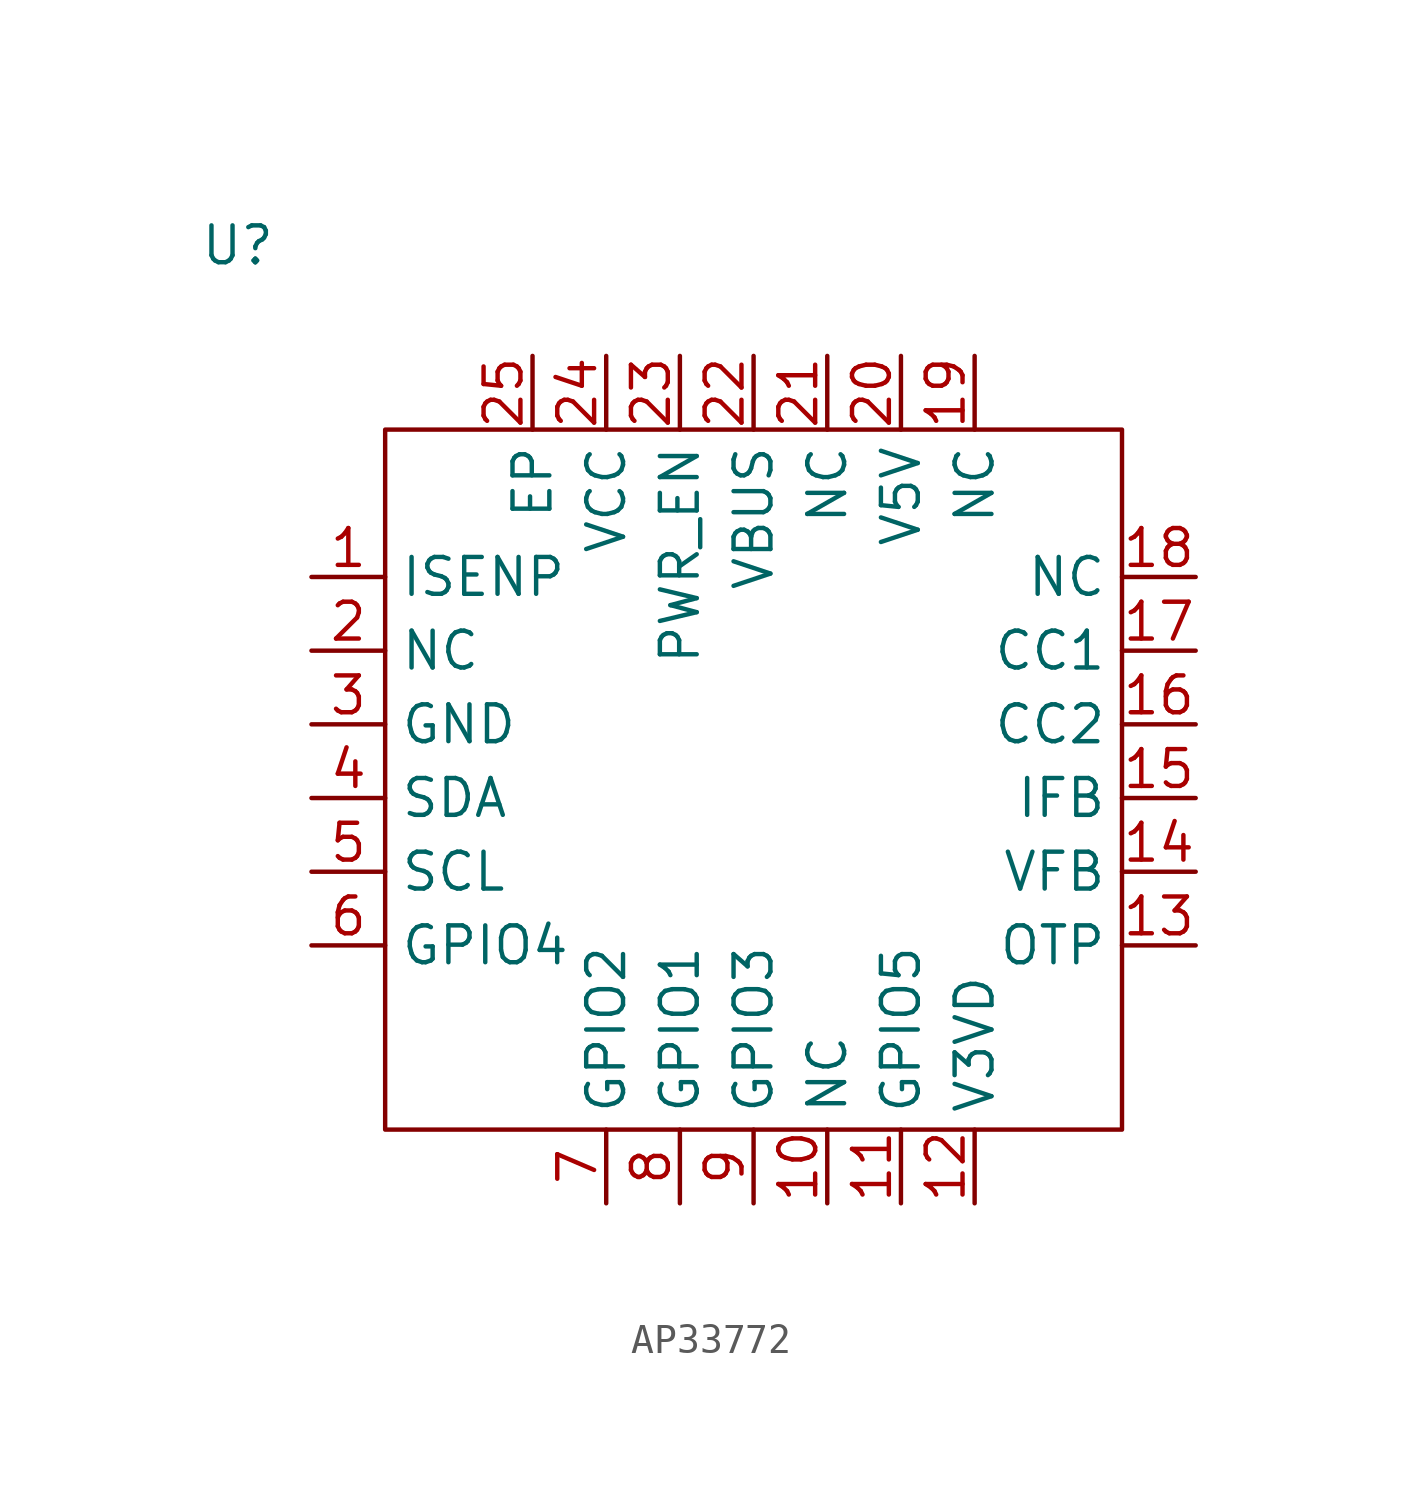
<source format=kicad_sym>
(kicad_symbol_lib
  (version 20220914)
  (generator kicad_symbol_editor)
  (symbol "AP33772"
    (property "Reference" "U"
      (at -5.08 30.48 0)
      (effects (font (size 1.27 1.27))))
    (property "Value" ""
      (at 6.35 1.27 0)
      (effects (font (size 1.27 1.27))))
    (symbol "AP33772_0_1"
      (polyline (pts (xy 0 24.13) (xy 25.4 24.13) (xy 25.4 0) (xy 0 0) (xy 0 24.13)) (stroke (width 0) (type default)) (fill (type none))))
    (symbol "AP33772_1_1"
      (pin input line (at -2.54 19.05 0) (length 2.54) (name "ISENP" (effects (font (size 1.27 1.27)))) (number "1" (effects (font (size 1.27 1.27)))))
      (pin input line (at 15.24 -2.54 90) (length 2.54) (name "NC" (effects (font (size 1.27 1.27)))) (number "10" (effects (font (size 1.27 1.27)))))
      (pin input line (at 17.78 -2.54 90) (length 2.54) (name "GPIO5" (effects (font (size 1.27 1.27)))) (number "11" (effects (font (size 1.27 1.27)))))
      (pin input line (at 20.32 -2.54 90) (length 2.54) (name "V3VD" (effects (font (size 1.27 1.27)))) (number "12" (effects (font (size 1.27 1.27)))))
      (pin input line (at 27.94 6.35 180) (length 2.54) (name "OTP" (effects (font (size 1.27 1.27)))) (number "13" (effects (font (size 1.27 1.27)))))
      (pin input line (at 27.94 8.89 180) (length 2.54) (name "VFB" (effects (font (size 1.27 1.27)))) (number "14" (effects (font (size 1.27 1.27)))))
      (pin input line (at 27.94 11.43 180) (length 2.54) (name "IFB" (effects (font (size 1.27 1.27)))) (number "15" (effects (font (size 1.27 1.27)))))
      (pin input line (at 27.94 13.97 180) (length 2.54) (name "CC2" (effects (font (size 1.27 1.27)))) (number "16" (effects (font (size 1.27 1.27)))))
      (pin input line (at 27.94 16.51 180) (length 2.54) (name "CC1" (effects (font (size 1.27 1.27)))) (number "17" (effects (font (size 1.27 1.27)))))
      (pin input line (at 27.94 19.05 180) (length 2.54) (name "NC" (effects (font (size 1.27 1.27)))) (number "18" (effects (font (size 1.27 1.27)))))
      (pin input line (at 20.32 26.67 270) (length 2.54) (name "NC" (effects (font (size 1.27 1.27)))) (number "19" (effects (font (size 1.27 1.27)))))
      (pin input line (at -2.54 16.51 0) (length 2.54) (name "NC" (effects (font (size 1.27 1.27)))) (number "2" (effects (font (size 1.27 1.27)))))
      (pin input line (at 17.78 26.67 270) (length 2.54) (name "V5V" (effects (font (size 1.27 1.27)))) (number "20" (effects (font (size 1.27 1.27)))))
      (pin input line (at 15.24 26.67 270) (length 2.54) (name "NC" (effects (font (size 1.27 1.27)))) (number "21" (effects (font (size 1.27 1.27)))))
      (pin input line (at 12.7 26.67 270) (length 2.54) (name "VBUS" (effects (font (size 1.27 1.27)))) (number "22" (effects (font (size 1.27 1.27)))))
      (pin input line (at 10.16 26.67 270) (length 2.54) (name "PWR_EN" (effects (font (size 1.27 1.27)))) (number "23" (effects (font (size 1.27 1.27)))))
      (pin input line (at 7.62 26.67 270) (length 2.54) (name "VCC" (effects (font (size 1.27 1.27)))) (number "24" (effects (font (size 1.27 1.27)))))
      (pin input line (at 5.08 26.67 270) (length 2.54) (name "EP" (effects (font (size 1.27 1.27)))) (number "25" (effects (font (size 1.27 1.27)))))
      (pin input line (at -2.54 13.97 0) (length 2.54) (name "GND" (effects (font (size 1.27 1.27)))) (number "3" (effects (font (size 1.27 1.27)))))
      (pin input line (at -2.54 11.43 0) (length 2.54) (name "SDA" (effects (font (size 1.27 1.27)))) (number "4" (effects (font (size 1.27 1.27)))))
      (pin input line (at -2.54 8.89 0) (length 2.54) (name "SCL" (effects (font (size 1.27 1.27)))) (number "5" (effects (font (size 1.27 1.27)))))
      (pin input line (at -2.54 6.35 0) (length 2.54) (name "GPIO4" (effects (font (size 1.27 1.27)))) (number "6" (effects (font (size 1.27 1.27)))))
      (pin input line (at 7.62 -2.54 90) (length 2.54) (name "GPIO2" (effects (font (size 1.27 1.27)))) (number "7" (effects (font (size 1.27 1.27)))))
      (pin input line (at 10.16 -2.54 90) (length 2.54) (name "GPIO1" (effects (font (size 1.27 1.27)))) (number "8" (effects (font (size 1.27 1.27)))))
      (pin input line (at 12.7 -2.54 90) (length 2.54) (name "GPIO3" (effects (font (size 1.27 1.27)))) (number "9" (effects (font (size 1.27 1.27))))))))
</source>
